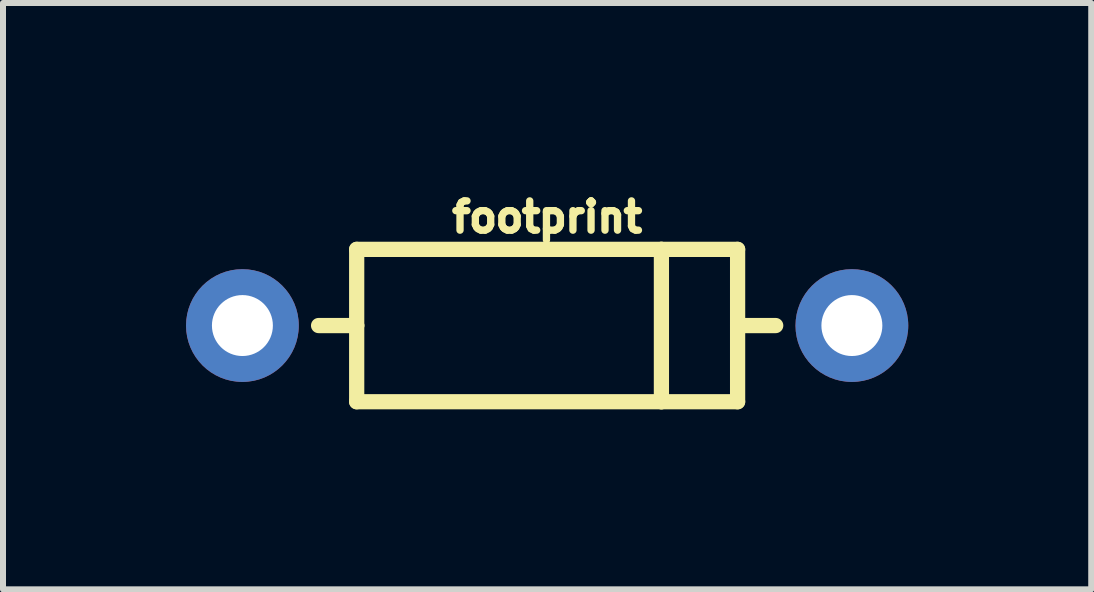
<source format=kicad_pcb>
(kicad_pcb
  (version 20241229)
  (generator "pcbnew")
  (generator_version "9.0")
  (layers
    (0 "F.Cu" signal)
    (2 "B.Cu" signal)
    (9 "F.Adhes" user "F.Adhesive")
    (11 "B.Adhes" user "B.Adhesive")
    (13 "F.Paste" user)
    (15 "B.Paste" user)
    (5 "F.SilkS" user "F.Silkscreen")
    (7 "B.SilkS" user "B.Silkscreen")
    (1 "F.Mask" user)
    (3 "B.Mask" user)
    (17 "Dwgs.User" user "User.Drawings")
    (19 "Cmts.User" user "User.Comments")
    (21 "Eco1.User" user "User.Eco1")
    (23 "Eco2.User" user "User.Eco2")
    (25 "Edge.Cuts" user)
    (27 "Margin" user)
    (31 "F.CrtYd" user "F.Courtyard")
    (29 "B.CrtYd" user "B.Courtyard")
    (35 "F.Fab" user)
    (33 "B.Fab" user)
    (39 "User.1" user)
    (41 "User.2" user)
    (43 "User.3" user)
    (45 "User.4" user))
  (footprint "footprint"
    (layer "F.Cu")
    (at 6.071 2.377)
    (property "Reference" "footprint" (at 0 -1.524 0) (layer "F.SilkS") (effects (font (size 0.488 0.488) (thickness 0.122)) (justify bottom)))
    (fp_circle (center -5.08 0) (end -4.826 0) (stroke (width 0.508) (type solid)) (fill yes) (layer "F.Mask"))
    (fp_circle (center 5.08 0) (end 5.334 0) (stroke (width 0.508) (type solid)) (fill yes) (layer "F.Mask"))
    (fp_circle (center -5.08 0) (end -4.585 0) (stroke (width 0.991) (type solid)) (fill yes) (layer "B.Mask"))
    (fp_circle (center 5.08 0) (end 5.575 0) (stroke (width 0.991) (type solid)) (fill yes) (layer "B.Mask"))
    (fp_line (start -3.175 -1.27) (end -3.175 0) (stroke (width 0.254) (type solid)) (layer "F.SilkS"))
    (fp_line (start -3.175 0) (end -3.81 0) (stroke (width 0.254) (type solid)) (layer "F.SilkS"))
    (fp_line (start -3.175 0) (end -3.175 1.27) (stroke (width 0.254) (type solid)) (layer "F.SilkS"))
    (fp_line (start -3.175 1.27) (end 1.905 1.27) (stroke (width 0.254) (type solid)) (layer "F.SilkS"))
    (fp_line (start 1.905 -1.27) (end -3.175 -1.27) (stroke (width 0.254) (type solid)) (layer "F.SilkS"))
    (fp_line (start 1.905 -1.27) (end 1.905 1.27) (stroke (width 0.254) (type solid)) (layer "F.SilkS"))
    (fp_line (start 1.905 1.27) (end 3.175 1.27) (stroke (width 0.254) (type solid)) (layer "F.SilkS"))
    (fp_line (start 3.175 -1.27) (end 1.905 -1.27) (stroke (width 0.254) (type solid)) (layer "F.SilkS"))
    (fp_line (start 3.175 0) (end 3.175 -1.27) (stroke (width 0.254) (type solid)) (layer "F.SilkS"))
    (fp_line (start 3.175 0) (end 3.81 0) (stroke (width 0.254) (type solid)) (layer "F.SilkS"))
    (fp_line (start 3.175 1.27) (end 3.175 0) (stroke (width 0.254) (type solid)) (layer "F.SilkS"))
    (pad "A" thru_hole circle (at -5.08 0) (size 1.88 1.88) (drill 1.016) (layers "*.Cu"))
    (pad "C" thru_hole circle (at 5.08 0) (size 1.88 1.88) (drill 1.016) (layers "*.Cu")))
  (gr_rect
    (start -3 -3)
    (end 15.141 6.774)
    (stroke (width 0.1) (type default))
    (fill no)
    (layer "Edge.Cuts")))
</source>
